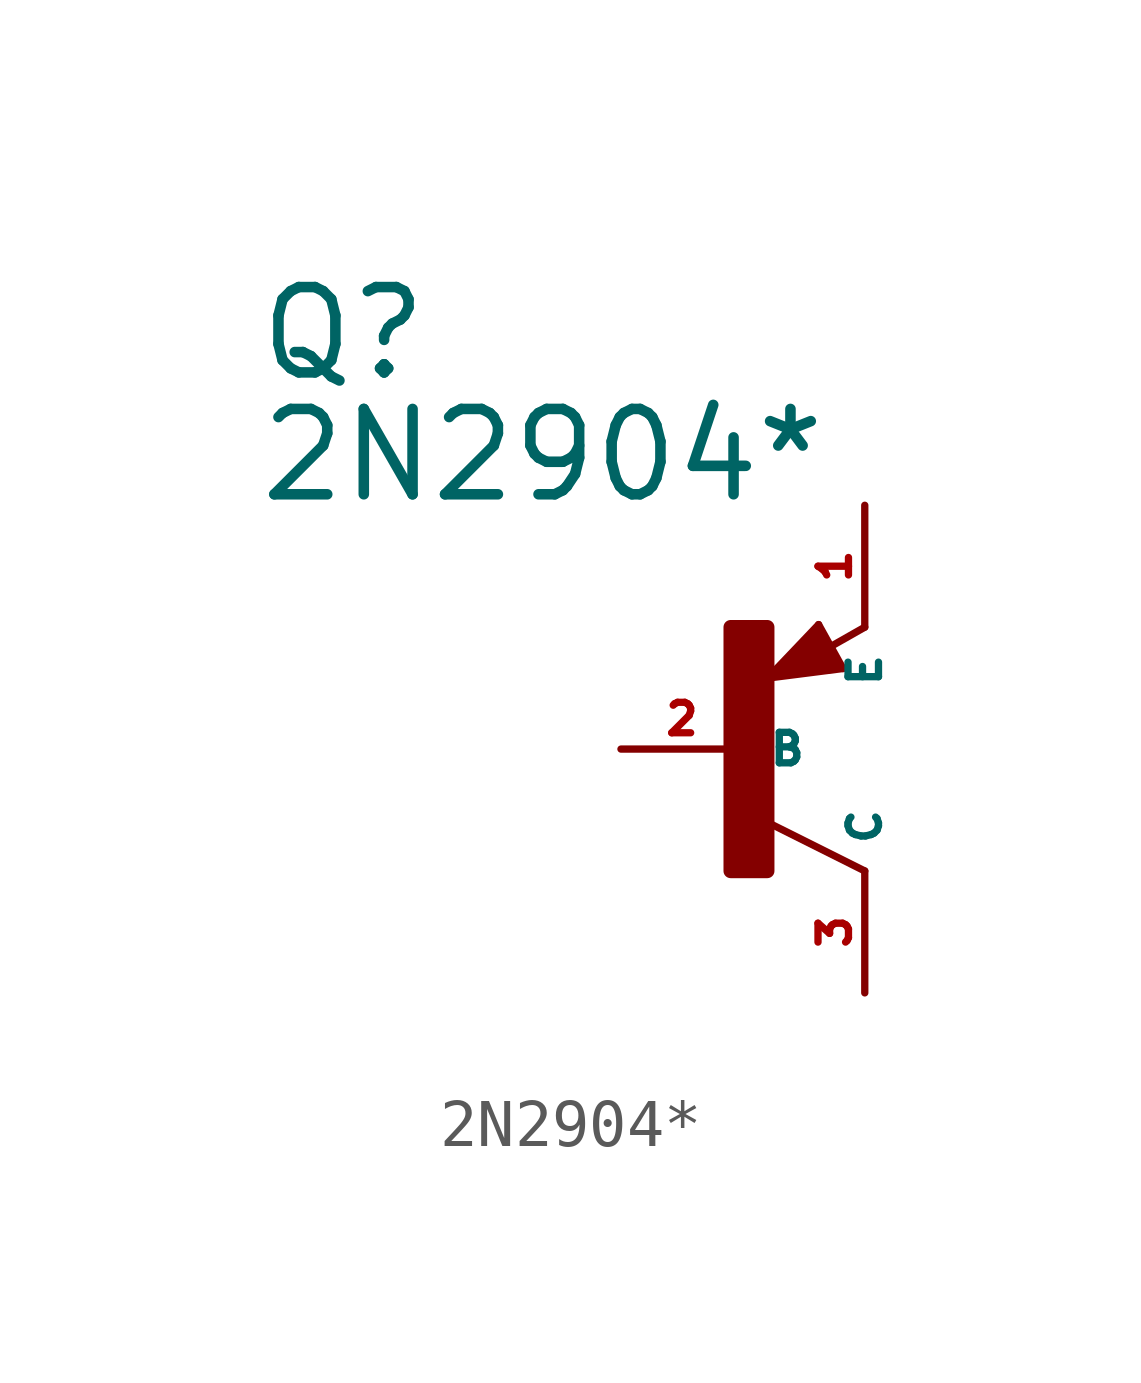
<source format=kicad_sym>
(kicad_symbol_lib
  (version 20220914)
  (generator Eagle2Kicad)
  (symbol "2N2904*"
    (property "Reference" "Q"
      (at -10.16 7.62 0)
      (effects (font (size 1.778 1.778) (thickness 0.22)) (justify left bottom)))
    (property "Value" "2N2904*"
      (at -10.16 5.08 0)
      (effects (font (size 1.778 1.778) (thickness 0.22)) (justify left bottom)))
    (polyline
      (pts (xy 2.086 1.678) (xy 1.578 2.594))
      (stroke (width 0.152) (type default))
      (fill (type none)))
    (polyline
      (pts (xy 1.578 2.594) (xy 0.516 1.478))
      (stroke (width 0.152) (type default))
      (fill (type none)))
    (polyline
      (pts (xy 0.516 1.478) (xy 2.086 1.678))
      (stroke (width 0.152) (type default))
      (fill (type none)))
    (polyline
      (pts (xy 2.54 2.54) (xy 1.808 2.124))
      (stroke (width 0.152) (type default))
      (fill (type none)))
    (polyline
      (pts (xy 2.54 -2.54) (xy 0.508 -1.524))
      (stroke (width 0.152) (type default))
      (fill (type none)))
    (polyline
      (pts (xy 1.905 1.778) (xy 1.524 2.413))
      (stroke (width 0.254) (type default))
      (fill (type none)))
    (polyline
      (pts (xy 1.524 2.413) (xy 0.762 1.651))
      (stroke (width 0.254) (type default))
      (fill (type none)))
    (polyline
      (pts (xy 0.762 1.651) (xy 1.778 1.778))
      (stroke (width 0.254) (type default))
      (fill (type none)))
    (polyline
      (pts (xy 1.778 1.778) (xy 1.524 2.159))
      (stroke (width 0.254) (type default))
      (fill (type none)))
    (polyline
      (pts (xy 1.524 2.159) (xy 1.143 1.905))
      (stroke (width 0.254) (type default))
      (fill (type none)))
    (polyline
      (pts (xy 1.143 1.905) (xy 1.524 1.905))
      (stroke (width 0.254) (type default))
      (fill (type none)))
    (rectangle
      (start -0.254 -2.54)
      (end 0.508 2.54)
      (stroke (width 0.3) (type default))
      (fill (type outline)))
    (pin passive line
      (at -2.54 0 0)
      (length 2.54)
      (name "B" (effects (font (size 0.635 0.635) (thickness 0.08)) (justify left bottom)))
      (number "2" (effects (font (size 0.635 0.635) (thickness 0.08)) (justify left bottom))))
    (pin passive line
      (at 2.54 5.08 270)
      (length 2.54)
      (name "E" (effects (font (size 0.635 0.635) (thickness 0.08)) (justify left bottom)))
      (number "1" (effects (font (size 0.635 0.635) (thickness 0.08)) (justify left bottom))))
    (pin passive line
      (at 2.54 -5.08 90)
      (length 2.54)
      (name "C" (effects (font (size 0.635 0.635) (thickness 0.08)) (justify left bottom)))
      (number "3" (effects (font (size 0.635 0.635) (thickness 0.08)) (justify left bottom))))))
</source>
